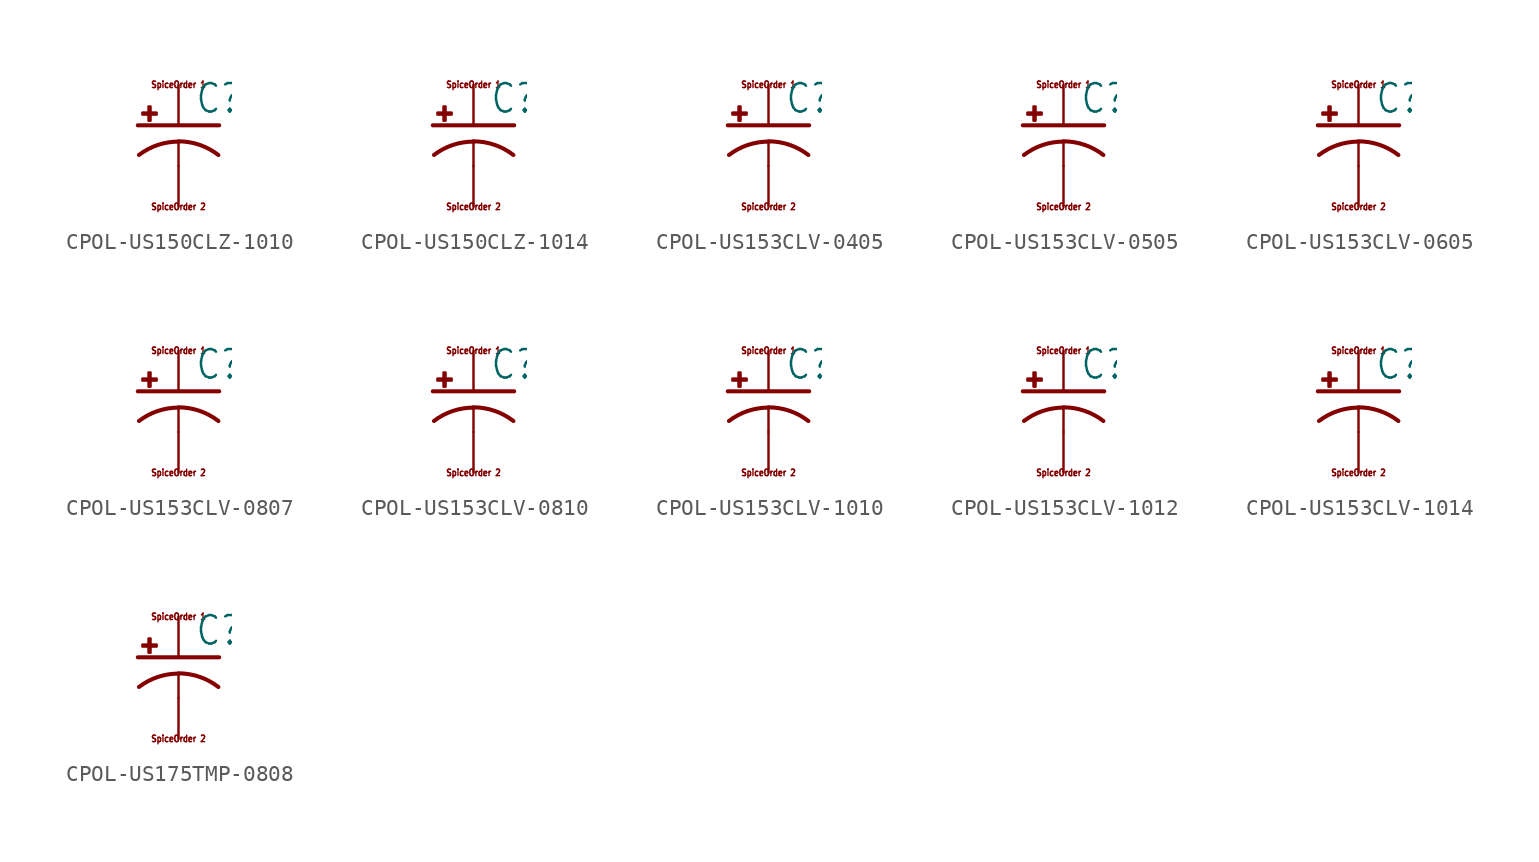
<source format=kicad_sym>
(kicad_symbol_lib
  (version 20231120)
  (generator "kicad_symbol_editor")
  (generator_version "8.0")
  (symbol "CPOL-US150CLZ-1010"
    (property "Reference" "C"
      (at 1.016 0.635 0)
      (effects (font (size 1.778 1.511)) (justify left bottom)))
    (property "Value" ""
      (at 1.016 -4.191 0)
      (effects (font (size 1.778 1.511)) (justify left bottom)))
    (property "ki_locked" ""
      (at 0 0 0)
      (effects (font (size 1.27 1.27))))
    (symbol "CPOL-US150CLZ-1010_1_0"
      (rectangle (start -2.253 0.668) (end -1.364 0.795) (stroke (width 0) (type default)) (fill (type outline)))
      (rectangle (start -1.872 0.287) (end -1.745 1.176) (stroke (width 0) (type default)) (fill (type outline)))
      (arc (start 0 -1.0161) (mid -1.3021 -1.2303) (end -2.4669 -1.8504) (stroke (width 0.254) (type solid)) (fill (type none)))
      (polyline (pts (xy -2.54 0) (xy 2.54 0)) (stroke (width 0.254) (type solid)) (fill (type none)))
      (polyline (pts (xy 0 -1.016) (xy 0 -2.54)) (stroke (width 0.152) (type solid)) (fill (type none)))
      (arc (start 2.4892 -1.8541) (mid 1.3158 -1.2194) (end 0 -1) (stroke (width 0.254) (type solid)) (fill (type none)))
      (text "SpiceOrder 1" (at 0 2.54 0) (effects (font (size 0.406 0.345))))
      (text "SpiceOrder 2" (at 0 -5.08 0) (effects (font (size 0.406 0.345))))
      (pin passive line (at 0 2.54 270) (length 2.54) (name "+" (effects (font (size 0 0)))) (number "+" (effects (font (size 0 0)))))
      (pin passive line (at 0 -5.08 90) (length 2.54) (name "-" (effects (font (size 0 0)))) (number "-" (effects (font (size 0 0)))))))
  (symbol "CPOL-US150CLZ-1014"
    (property "Reference" "C"
      (at 1.016 0.635 0)
      (effects (font (size 1.778 1.511)) (justify left bottom)))
    (property "Value" ""
      (at 1.016 -4.191 0)
      (effects (font (size 1.778 1.511)) (justify left bottom)))
    (property "ki_locked" ""
      (at 0 0 0)
      (effects (font (size 1.27 1.27))))
    (symbol "CPOL-US150CLZ-1014_1_0"
      (rectangle (start -2.253 0.668) (end -1.364 0.795) (stroke (width 0) (type default)) (fill (type outline)))
      (rectangle (start -1.872 0.287) (end -1.745 1.176) (stroke (width 0) (type default)) (fill (type outline)))
      (arc (start 0 -1.0161) (mid -1.3021 -1.2303) (end -2.4669 -1.8504) (stroke (width 0.254) (type solid)) (fill (type none)))
      (polyline (pts (xy -2.54 0) (xy 2.54 0)) (stroke (width 0.254) (type solid)) (fill (type none)))
      (polyline (pts (xy 0 -1.016) (xy 0 -2.54)) (stroke (width 0.152) (type solid)) (fill (type none)))
      (arc (start 2.4892 -1.8541) (mid 1.3158 -1.2194) (end 0 -1) (stroke (width 0.254) (type solid)) (fill (type none)))
      (text "SpiceOrder 1" (at 0 2.54 0) (effects (font (size 0.406 0.345))))
      (text "SpiceOrder 2" (at 0 -5.08 0) (effects (font (size 0.406 0.345))))
      (pin passive line (at 0 2.54 270) (length 2.54) (name "+" (effects (font (size 0 0)))) (number "+" (effects (font (size 0 0)))))
      (pin passive line (at 0 -5.08 90) (length 2.54) (name "-" (effects (font (size 0 0)))) (number "-" (effects (font (size 0 0)))))))
  (symbol "CPOL-US153CLV-0405"
    (property "Reference" "C"
      (at 1.016 0.635 0)
      (effects (font (size 1.778 1.511)) (justify left bottom)))
    (property "Value" ""
      (at 1.016 -4.191 0)
      (effects (font (size 1.778 1.511)) (justify left bottom)))
    (property "ki_locked" ""
      (at 0 0 0)
      (effects (font (size 1.27 1.27))))
    (symbol "CPOL-US153CLV-0405_1_0"
      (rectangle (start -2.253 0.668) (end -1.364 0.795) (stroke (width 0) (type default)) (fill (type outline)))
      (rectangle (start -1.872 0.287) (end -1.745 1.176) (stroke (width 0) (type default)) (fill (type outline)))
      (arc (start 0 -1.0161) (mid -1.3021 -1.2303) (end -2.4669 -1.8504) (stroke (width 0.254) (type solid)) (fill (type none)))
      (polyline (pts (xy -2.54 0) (xy 2.54 0)) (stroke (width 0.254) (type solid)) (fill (type none)))
      (polyline (pts (xy 0 -1.016) (xy 0 -2.54)) (stroke (width 0.152) (type solid)) (fill (type none)))
      (arc (start 2.4892 -1.8541) (mid 1.3158 -1.2194) (end 0 -1) (stroke (width 0.254) (type solid)) (fill (type none)))
      (text "SpiceOrder 1" (at 0 2.54 0) (effects (font (size 0.406 0.345))))
      (text "SpiceOrder 2" (at 0 -5.08 0) (effects (font (size 0.406 0.345))))
      (pin passive line (at 0 2.54 270) (length 2.54) (name "+" (effects (font (size 0 0)))) (number "+" (effects (font (size 0 0)))))
      (pin passive line (at 0 -5.08 90) (length 2.54) (name "-" (effects (font (size 0 0)))) (number "-" (effects (font (size 0 0)))))))
  (symbol "CPOL-US153CLV-0505"
    (property "Reference" "C"
      (at 1.016 0.635 0)
      (effects (font (size 1.778 1.511)) (justify left bottom)))
    (property "Value" ""
      (at 1.016 -4.191 0)
      (effects (font (size 1.778 1.511)) (justify left bottom)))
    (property "ki_locked" ""
      (at 0 0 0)
      (effects (font (size 1.27 1.27))))
    (symbol "CPOL-US153CLV-0505_1_0"
      (rectangle (start -2.253 0.668) (end -1.364 0.795) (stroke (width 0) (type default)) (fill (type outline)))
      (rectangle (start -1.872 0.287) (end -1.745 1.176) (stroke (width 0) (type default)) (fill (type outline)))
      (arc (start 0 -1.0161) (mid -1.3021 -1.2303) (end -2.4669 -1.8504) (stroke (width 0.254) (type solid)) (fill (type none)))
      (polyline (pts (xy -2.54 0) (xy 2.54 0)) (stroke (width 0.254) (type solid)) (fill (type none)))
      (polyline (pts (xy 0 -1.016) (xy 0 -2.54)) (stroke (width 0.152) (type solid)) (fill (type none)))
      (arc (start 2.4892 -1.8541) (mid 1.3158 -1.2194) (end 0 -1) (stroke (width 0.254) (type solid)) (fill (type none)))
      (text "SpiceOrder 1" (at 0 2.54 0) (effects (font (size 0.406 0.345))))
      (text "SpiceOrder 2" (at 0 -5.08 0) (effects (font (size 0.406 0.345))))
      (pin passive line (at 0 2.54 270) (length 2.54) (name "+" (effects (font (size 0 0)))) (number "+" (effects (font (size 0 0)))))
      (pin passive line (at 0 -5.08 90) (length 2.54) (name "-" (effects (font (size 0 0)))) (number "-" (effects (font (size 0 0)))))))
  (symbol "CPOL-US153CLV-0605"
    (property "Reference" "C"
      (at 1.016 0.635 0)
      (effects (font (size 1.778 1.511)) (justify left bottom)))
    (property "Value" ""
      (at 1.016 -4.191 0)
      (effects (font (size 1.778 1.511)) (justify left bottom)))
    (property "ki_locked" ""
      (at 0 0 0)
      (effects (font (size 1.27 1.27))))
    (symbol "CPOL-US153CLV-0605_1_0"
      (rectangle (start -2.253 0.668) (end -1.364 0.795) (stroke (width 0) (type default)) (fill (type outline)))
      (rectangle (start -1.872 0.287) (end -1.745 1.176) (stroke (width 0) (type default)) (fill (type outline)))
      (arc (start 0 -1.0161) (mid -1.3021 -1.2303) (end -2.4669 -1.8504) (stroke (width 0.254) (type solid)) (fill (type none)))
      (polyline (pts (xy -2.54 0) (xy 2.54 0)) (stroke (width 0.254) (type solid)) (fill (type none)))
      (polyline (pts (xy 0 -1.016) (xy 0 -2.54)) (stroke (width 0.152) (type solid)) (fill (type none)))
      (arc (start 2.4892 -1.8541) (mid 1.3158 -1.2194) (end 0 -1) (stroke (width 0.254) (type solid)) (fill (type none)))
      (text "SpiceOrder 1" (at 0 2.54 0) (effects (font (size 0.406 0.345))))
      (text "SpiceOrder 2" (at 0 -5.08 0) (effects (font (size 0.406 0.345))))
      (pin passive line (at 0 2.54 270) (length 2.54) (name "+" (effects (font (size 0 0)))) (number "+" (effects (font (size 0 0)))))
      (pin passive line (at 0 -5.08 90) (length 2.54) (name "-" (effects (font (size 0 0)))) (number "-" (effects (font (size 0 0)))))))
  (symbol "CPOL-US153CLV-0807"
    (property "Reference" "C"
      (at 1.016 0.635 0)
      (effects (font (size 1.778 1.511)) (justify left bottom)))
    (property "Value" ""
      (at 1.016 -4.191 0)
      (effects (font (size 1.778 1.511)) (justify left bottom)))
    (property "ki_locked" ""
      (at 0 0 0)
      (effects (font (size 1.27 1.27))))
    (symbol "CPOL-US153CLV-0807_1_0"
      (rectangle (start -2.253 0.668) (end -1.364 0.795) (stroke (width 0) (type default)) (fill (type outline)))
      (rectangle (start -1.872 0.287) (end -1.745 1.176) (stroke (width 0) (type default)) (fill (type outline)))
      (arc (start 0 -1.0161) (mid -1.3021 -1.2303) (end -2.4669 -1.8504) (stroke (width 0.254) (type solid)) (fill (type none)))
      (polyline (pts (xy -2.54 0) (xy 2.54 0)) (stroke (width 0.254) (type solid)) (fill (type none)))
      (polyline (pts (xy 0 -1.016) (xy 0 -2.54)) (stroke (width 0.152) (type solid)) (fill (type none)))
      (arc (start 2.4892 -1.8541) (mid 1.3158 -1.2194) (end 0 -1) (stroke (width 0.254) (type solid)) (fill (type none)))
      (text "SpiceOrder 1" (at 0 2.54 0) (effects (font (size 0.406 0.345))))
      (text "SpiceOrder 2" (at 0 -5.08 0) (effects (font (size 0.406 0.345))))
      (pin passive line (at 0 2.54 270) (length 2.54) (name "+" (effects (font (size 0 0)))) (number "+" (effects (font (size 0 0)))))
      (pin passive line (at 0 -5.08 90) (length 2.54) (name "-" (effects (font (size 0 0)))) (number "-" (effects (font (size 0 0)))))))
  (symbol "CPOL-US153CLV-0810"
    (property "Reference" "C"
      (at 1.016 0.635 0)
      (effects (font (size 1.778 1.511)) (justify left bottom)))
    (property "Value" ""
      (at 1.016 -4.191 0)
      (effects (font (size 1.778 1.511)) (justify left bottom)))
    (property "ki_locked" ""
      (at 0 0 0)
      (effects (font (size 1.27 1.27))))
    (symbol "CPOL-US153CLV-0810_1_0"
      (rectangle (start -2.253 0.668) (end -1.364 0.795) (stroke (width 0) (type default)) (fill (type outline)))
      (rectangle (start -1.872 0.287) (end -1.745 1.176) (stroke (width 0) (type default)) (fill (type outline)))
      (arc (start 0 -1.0161) (mid -1.3021 -1.2303) (end -2.4669 -1.8504) (stroke (width 0.254) (type solid)) (fill (type none)))
      (polyline (pts (xy -2.54 0) (xy 2.54 0)) (stroke (width 0.254) (type solid)) (fill (type none)))
      (polyline (pts (xy 0 -1.016) (xy 0 -2.54)) (stroke (width 0.152) (type solid)) (fill (type none)))
      (arc (start 2.4892 -1.8541) (mid 1.3158 -1.2194) (end 0 -1) (stroke (width 0.254) (type solid)) (fill (type none)))
      (text "SpiceOrder 1" (at 0 2.54 0) (effects (font (size 0.406 0.345))))
      (text "SpiceOrder 2" (at 0 -5.08 0) (effects (font (size 0.406 0.345))))
      (pin passive line (at 0 2.54 270) (length 2.54) (name "+" (effects (font (size 0 0)))) (number "+" (effects (font (size 0 0)))))
      (pin passive line (at 0 -5.08 90) (length 2.54) (name "-" (effects (font (size 0 0)))) (number "-" (effects (font (size 0 0)))))))
  (symbol "CPOL-US153CLV-1010"
    (property "Reference" "C"
      (at 1.016 0.635 0)
      (effects (font (size 1.778 1.511)) (justify left bottom)))
    (property "Value" ""
      (at 1.016 -4.191 0)
      (effects (font (size 1.778 1.511)) (justify left bottom)))
    (property "ki_locked" ""
      (at 0 0 0)
      (effects (font (size 1.27 1.27))))
    (symbol "CPOL-US153CLV-1010_1_0"
      (rectangle (start -2.253 0.668) (end -1.364 0.795) (stroke (width 0) (type default)) (fill (type outline)))
      (rectangle (start -1.872 0.287) (end -1.745 1.176) (stroke (width 0) (type default)) (fill (type outline)))
      (arc (start 0 -1.0161) (mid -1.3021 -1.2303) (end -2.4669 -1.8504) (stroke (width 0.254) (type solid)) (fill (type none)))
      (polyline (pts (xy -2.54 0) (xy 2.54 0)) (stroke (width 0.254) (type solid)) (fill (type none)))
      (polyline (pts (xy 0 -1.016) (xy 0 -2.54)) (stroke (width 0.152) (type solid)) (fill (type none)))
      (arc (start 2.4892 -1.8541) (mid 1.3158 -1.2194) (end 0 -1) (stroke (width 0.254) (type solid)) (fill (type none)))
      (text "SpiceOrder 1" (at 0 2.54 0) (effects (font (size 0.406 0.345))))
      (text "SpiceOrder 2" (at 0 -5.08 0) (effects (font (size 0.406 0.345))))
      (pin passive line (at 0 2.54 270) (length 2.54) (name "+" (effects (font (size 0 0)))) (number "+" (effects (font (size 0 0)))))
      (pin passive line (at 0 -5.08 90) (length 2.54) (name "-" (effects (font (size 0 0)))) (number "-" (effects (font (size 0 0)))))))
  (symbol "CPOL-US153CLV-1012"
    (property "Reference" "C"
      (at 1.016 0.635 0)
      (effects (font (size 1.778 1.511)) (justify left bottom)))
    (property "Value" ""
      (at 1.016 -4.191 0)
      (effects (font (size 1.778 1.511)) (justify left bottom)))
    (property "ki_locked" ""
      (at 0 0 0)
      (effects (font (size 1.27 1.27))))
    (symbol "CPOL-US153CLV-1012_1_0"
      (rectangle (start -2.253 0.668) (end -1.364 0.795) (stroke (width 0) (type default)) (fill (type outline)))
      (rectangle (start -1.872 0.287) (end -1.745 1.176) (stroke (width 0) (type default)) (fill (type outline)))
      (arc (start 0 -1.0161) (mid -1.3021 -1.2303) (end -2.4669 -1.8504) (stroke (width 0.254) (type solid)) (fill (type none)))
      (polyline (pts (xy -2.54 0) (xy 2.54 0)) (stroke (width 0.254) (type solid)) (fill (type none)))
      (polyline (pts (xy 0 -1.016) (xy 0 -2.54)) (stroke (width 0.152) (type solid)) (fill (type none)))
      (arc (start 2.4892 -1.8541) (mid 1.3158 -1.2194) (end 0 -1) (stroke (width 0.254) (type solid)) (fill (type none)))
      (text "SpiceOrder 1" (at 0 2.54 0) (effects (font (size 0.406 0.345))))
      (text "SpiceOrder 2" (at 0 -5.08 0) (effects (font (size 0.406 0.345))))
      (pin passive line (at 0 2.54 270) (length 2.54) (name "+" (effects (font (size 0 0)))) (number "+" (effects (font (size 0 0)))))
      (pin passive line (at 0 -5.08 90) (length 2.54) (name "-" (effects (font (size 0 0)))) (number "-" (effects (font (size 0 0)))))))
  (symbol "CPOL-US153CLV-1014"
    (property "Reference" "C"
      (at 1.016 0.635 0)
      (effects (font (size 1.778 1.511)) (justify left bottom)))
    (property "Value" ""
      (at 1.016 -4.191 0)
      (effects (font (size 1.778 1.511)) (justify left bottom)))
    (property "ki_locked" ""
      (at 0 0 0)
      (effects (font (size 1.27 1.27))))
    (symbol "CPOL-US153CLV-1014_1_0"
      (rectangle (start -2.253 0.668) (end -1.364 0.795) (stroke (width 0) (type default)) (fill (type outline)))
      (rectangle (start -1.872 0.287) (end -1.745 1.176) (stroke (width 0) (type default)) (fill (type outline)))
      (arc (start 0 -1.0161) (mid -1.3021 -1.2303) (end -2.4669 -1.8504) (stroke (width 0.254) (type solid)) (fill (type none)))
      (polyline (pts (xy -2.54 0) (xy 2.54 0)) (stroke (width 0.254) (type solid)) (fill (type none)))
      (polyline (pts (xy 0 -1.016) (xy 0 -2.54)) (stroke (width 0.152) (type solid)) (fill (type none)))
      (arc (start 2.4892 -1.8541) (mid 1.3158 -1.2194) (end 0 -1) (stroke (width 0.254) (type solid)) (fill (type none)))
      (text "SpiceOrder 1" (at 0 2.54 0) (effects (font (size 0.406 0.345))))
      (text "SpiceOrder 2" (at 0 -5.08 0) (effects (font (size 0.406 0.345))))
      (pin passive line (at 0 2.54 270) (length 2.54) (name "+" (effects (font (size 0 0)))) (number "+" (effects (font (size 0 0)))))
      (pin passive line (at 0 -5.08 90) (length 2.54) (name "-" (effects (font (size 0 0)))) (number "-" (effects (font (size 0 0)))))))
  (symbol "CPOL-US175TMP-0808"
    (property "Reference" "C"
      (at 1.016 0.635 0)
      (effects (font (size 1.778 1.511)) (justify left bottom)))
    (property "Value" ""
      (at 1.016 -4.191 0)
      (effects (font (size 1.778 1.511)) (justify left bottom)))
    (property "ki_locked" ""
      (at 0 0 0)
      (effects (font (size 1.27 1.27))))
    (symbol "CPOL-US175TMP-0808_1_0"
      (rectangle (start -2.253 0.668) (end -1.364 0.795) (stroke (width 0) (type default)) (fill (type outline)))
      (rectangle (start -1.872 0.287) (end -1.745 1.176) (stroke (width 0) (type default)) (fill (type outline)))
      (arc (start 0 -1.0161) (mid -1.3021 -1.2303) (end -2.4669 -1.8504) (stroke (width 0.254) (type solid)) (fill (type none)))
      (polyline (pts (xy -2.54 0) (xy 2.54 0)) (stroke (width 0.254) (type solid)) (fill (type none)))
      (polyline (pts (xy 0 -1.016) (xy 0 -2.54)) (stroke (width 0.152) (type solid)) (fill (type none)))
      (arc (start 2.4892 -1.8541) (mid 1.3158 -1.2194) (end 0 -1) (stroke (width 0.254) (type solid)) (fill (type none)))
      (text "SpiceOrder 1" (at 0 2.54 0) (effects (font (size 0.406 0.345))))
      (text "SpiceOrder 2" (at 0 -5.08 0) (effects (font (size 0.406 0.345))))
      (pin passive line (at 0 2.54 270) (length 2.54) (name "+" (effects (font (size 0 0)))) (number "+" (effects (font (size 0 0)))))
      (pin passive line (at 0 -5.08 90) (length 2.54) (name "-" (effects (font (size 0 0)))) (number "-" (effects (font (size 0 0))))))))
</source>
